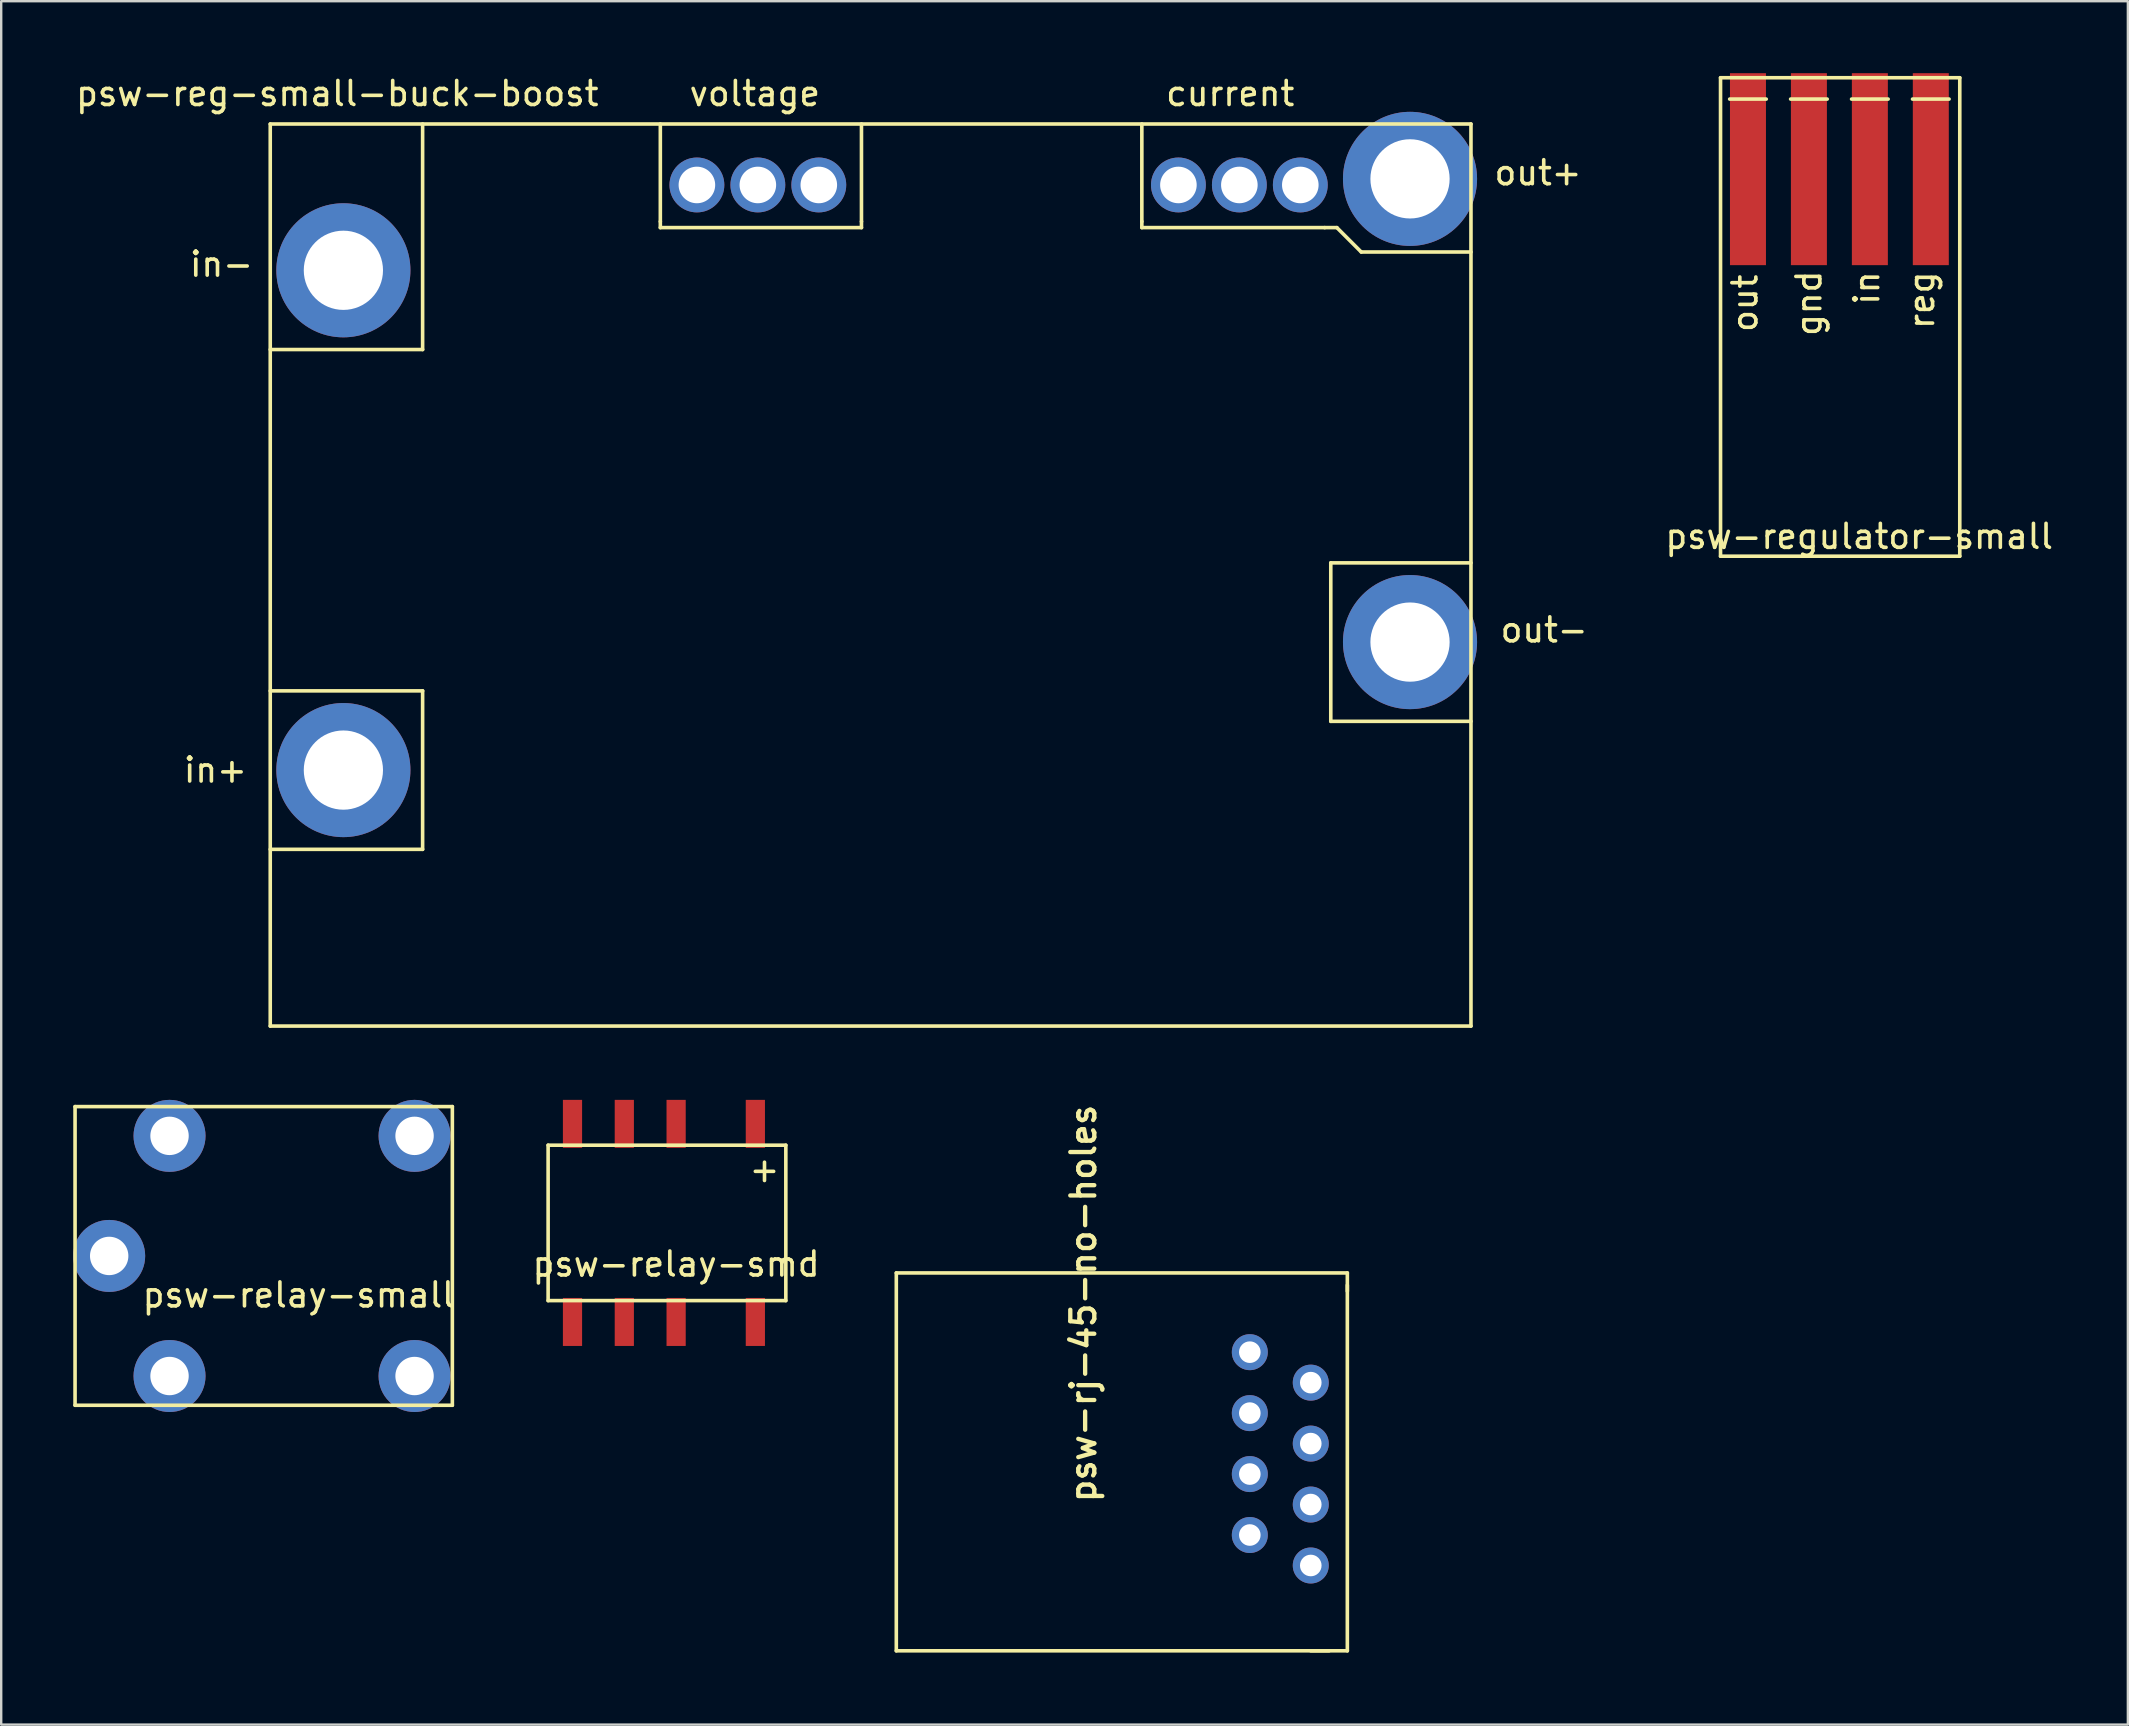
<source format=kicad_pcb>
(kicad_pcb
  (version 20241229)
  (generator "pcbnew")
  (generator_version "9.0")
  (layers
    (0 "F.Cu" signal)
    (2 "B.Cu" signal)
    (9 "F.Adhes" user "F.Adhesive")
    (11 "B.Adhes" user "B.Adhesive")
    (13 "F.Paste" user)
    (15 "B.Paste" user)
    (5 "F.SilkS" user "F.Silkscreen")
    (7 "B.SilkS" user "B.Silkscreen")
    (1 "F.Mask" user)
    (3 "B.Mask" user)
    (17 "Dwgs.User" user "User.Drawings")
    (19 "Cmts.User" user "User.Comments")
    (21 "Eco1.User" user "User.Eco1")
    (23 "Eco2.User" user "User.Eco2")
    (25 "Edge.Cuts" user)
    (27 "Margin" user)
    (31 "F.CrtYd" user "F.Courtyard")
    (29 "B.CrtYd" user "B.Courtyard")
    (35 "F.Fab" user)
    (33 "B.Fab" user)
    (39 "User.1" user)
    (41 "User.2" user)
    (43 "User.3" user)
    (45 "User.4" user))
  (footprint "psw-relay-small"
    (layer "F.Cu")
    (at 4.015 49.289)
    (property "Reference" "psw-relay-small" (at 5.385 1.626 0) (layer "F.SilkS") (effects (font (size 1 1) (thickness 0.15))))
    (attr through_hole)
    (fp_line (start -3.937 -6.223) (end -3.937 6.223) (stroke (width 0.15) (type solid)) (layer "F.SilkS"))
    (fp_line (start -3.937 -6.223) (end 11.786 -6.223) (stroke (width 0.15) (type solid)) (layer "F.SilkS"))
    (fp_line (start 11.786 -6.223) (end 11.786 6.223) (stroke (width 0.15) (type solid)) (layer "F.SilkS"))
    (fp_line (start 11.786 6.223) (end -3.937 6.223) (stroke (width 0.15) (type solid)) (layer "F.SilkS"))
    (pad "1" thru_hole circle (at 0 -5.004) (size 3 3) (drill 1.6) (layers "*.Cu" "*.Mask"))
    (pad "2" thru_hole circle (at 0 5.004) (size 3 3) (drill 1.6) (layers "*.Cu" "*.Mask"))
    (pad "3" thru_hole circle (at -2.515 0) (size 3 3) (drill 1.6) (layers "*.Cu" "*.Mask"))
    (pad "4" thru_hole circle (at 10.211 -5.004) (size 3 3) (drill 1.6) (layers "*.Cu" "*.Mask"))
    (pad "5" thru_hole circle (at 10.211 5.004) (size 3 3) (drill 1.6) (layers "*.Cu" "*.Mask")))
  (footprint "psw-reg-small-buck-boost"
    (layer "F.Cu")
    (at 33.231 20.914)
    (property "Reference" "psw-reg-small-buck-boost" (at -22.225 -20.066 0) (layer "F.SilkS") (effects (font (size 1 1) (thickness 0.15))))
    (attr through_hole)
    (fp_line (start -25.019 -18.796) (end 25.019 -18.796) (stroke (width 0.15) (type solid)) (layer "F.SilkS"))
    (fp_line (start -25.019 -9.398) (end -18.669 -9.398) (stroke (width 0.15) (type solid)) (layer "F.SilkS"))
    (fp_line (start -25.019 11.43) (end -18.669 11.43) (stroke (width 0.15) (type solid)) (layer "F.SilkS"))
    (fp_line (start -25.019 18.796) (end -25.019 -18.796) (stroke (width 0.15) (type solid)) (layer "F.SilkS"))
    (fp_line (start -18.669 -9.398) (end -18.669 -18.796) (stroke (width 0.15) (type solid)) (layer "F.SilkS"))
    (fp_line (start -18.669 4.826) (end -25.019 4.826) (stroke (width 0.15) (type solid)) (layer "F.SilkS"))
    (fp_line (start -18.669 11.43) (end -18.669 4.826) (stroke (width 0.15) (type solid)) (layer "F.SilkS"))
    (fp_line (start -8.763 -14.732) (end -8.763 -18.796) (stroke (width 0.15) (type solid)) (layer "F.SilkS"))
    (fp_line (start -8.763 -14.732) (end -8.763 -14.478) (stroke (width 0.15) (type solid)) (layer "F.SilkS"))
    (fp_line (start -8.763 -14.478) (end -0.381 -14.478) (stroke (width 0.15) (type solid)) (layer "F.SilkS"))
    (fp_line (start -0.381 -14.732) (end -0.381 -18.796) (stroke (width 0.15) (type solid)) (layer "F.SilkS"))
    (fp_line (start -0.381 -14.732) (end -0.381 -14.478) (stroke (width 0.15) (type solid)) (layer "F.SilkS"))
    (fp_line (start 11.303 -14.732) (end 11.303 -18.796) (stroke (width 0.15) (type solid)) (layer "F.SilkS"))
    (fp_line (start 11.303 -14.732) (end 11.303 -14.478) (stroke (width 0.15) (type solid)) (layer "F.SilkS"))
    (fp_line (start 11.303 -14.478) (end 18.923 -14.478) (stroke (width 0.15) (type solid)) (layer "F.SilkS"))
    (fp_line (start 18.923 -14.478) (end 19.431 -14.478) (stroke (width 0.15) (type solid)) (layer "F.SilkS"))
    (fp_line (start 19.177 -0.508) (end 19.177 6.096) (stroke (width 0.15) (type solid)) (layer "F.SilkS"))
    (fp_line (start 19.177 6.096) (end 25.019 6.096) (stroke (width 0.15) (type solid)) (layer "F.SilkS"))
    (fp_line (start 19.431 -14.478) (end 20.447 -13.462) (stroke (width 0.15) (type solid)) (layer "F.SilkS"))
    (fp_line (start 20.447 -13.462) (end 25.019 -13.462) (stroke (width 0.15) (type solid)) (layer "F.SilkS"))
    (fp_line (start 25.019 -18.796) (end 25.019 18.796) (stroke (width 0.15) (type solid)) (layer "F.SilkS"))
    (fp_line (start 25.019 -0.508) (end 19.177 -0.508) (stroke (width 0.15) (type solid)) (layer "F.SilkS"))
    (fp_line (start 25.019 18.796) (end -25.019 18.796) (stroke (width 0.15) (type solid)) (layer "F.SilkS"))
    (fp_text user "current" (at 14.986 -20.066 0) (layer "F.SilkS") (effects (font (size 1 1) (thickness 0.15))))
    (fp_text user "voltage" (at -4.826 -20.066 0) (layer "F.SilkS") (effects (font (size 1 1) (thickness 0.15))))
    (fp_text user "out+" (at 27.813 -16.764 0) (layer "F.SilkS") (effects (font (size 1 1) (thickness 0.15))))
    (fp_text user "in-" (at -27.051 -12.954 0) (layer "F.SilkS") (effects (font (size 1 1) (thickness 0.15))))
    (fp_text user "out-" (at 28.067 2.286 0) (layer "F.SilkS") (effects (font (size 1 1) (thickness 0.15))))
    (fp_text user "in+" (at -27.305 8.128 0) (layer "F.SilkS") (effects (font (size 1 1) (thickness 0.15))))
    (pad "1" thru_hole circle (at 22.479 -16.51) (size 5.588 5.588) (drill 3.302) (layers "*.Cu" "*.Mask"))
    (pad "2" thru_hole circle (at 22.479 2.794) (size 5.588 5.588) (drill 3.302) (layers "*.Cu" "*.Mask"))
    (pad "3" thru_hole circle (at -21.971 -12.7) (size 5.588 5.588) (drill 3.302) (layers "*.Cu" "*.Mask"))
    (pad "4" thru_hole circle (at -21.971 8.128) (size 5.588 5.588) (drill 3.302) (layers "*.Cu" "*.Mask"))
    (pad "5" thru_hole circle (at -7.239 -16.256) (size 2.286 2.286) (drill 1.524) (layers "*.Cu" "*.Mask"))
    (pad "6" thru_hole circle (at -4.699 -16.256) (size 2.286 2.286) (drill 1.524) (layers "*.Cu" "*.Mask"))
    (pad "7" thru_hole circle (at -2.159 -16.256) (size 2.286 2.286) (drill 1.524) (layers "*.Cu" "*.Mask"))
    (pad "8" thru_hole circle (at 12.827 -16.256) (size 2.286 2.286) (drill 1.524) (layers "*.Cu" "*.Mask"))
    (pad "9" thru_hole circle (at 15.367 -16.256) (size 2.286 2.286) (drill 1.524) (layers "*.Cu" "*.Mask"))
    (pad "10" thru_hole circle (at 17.907 -16.256) (size 2.286 2.286) (drill 1.524) (layers "*.Cu" "*.Mask")))
  (footprint "psw-regulator-small"
    (layer "F.Cu")
    (at 73.857 10.223)
    (property "Reference" "psw-regulator-small" (at 0.572 9.081 0) (layer "F.SilkS") (effects (font (size 1 1) (thickness 0.15))))
    (attr through_hole)
    (fp_line (start -5.207 -10.033) (end 4.763 -10.033) (stroke (width 0.15) (type solid)) (layer "F.SilkS"))
    (fp_line (start -5.207 9.906) (end -5.207 -10.033) (stroke (width 0.15) (type solid)) (layer "F.SilkS"))
    (fp_line (start -4.826 -9.144) (end -3.302 -9.144) (stroke (width 0.15) (type solid)) (layer "F.SilkS"))
    (fp_line (start -2.286 -9.144) (end -0.762 -9.144) (stroke (width 0.15) (type solid)) (layer "F.SilkS"))
    (fp_line (start 0.254 -9.144) (end 1.778 -9.144) (stroke (width 0.15) (type solid)) (layer "F.SilkS"))
    (fp_line (start 2.794 -9.144) (end 4.318 -9.144) (stroke (width 0.15) (type solid)) (layer "F.SilkS"))
    (fp_line (start 4.763 -10.033) (end 4.763 9.906) (stroke (width 0.15) (type solid)) (layer "F.SilkS"))
    (fp_line (start 4.763 9.906) (end -5.207 9.906) (stroke (width 0.15) (type solid)) (layer "F.SilkS"))
    (fp_text user "in" (at 0.889 -1.27 90) (layer "F.SilkS") (effects (font (size 1 1) (thickness 0.15))))
    (fp_text user "gnd" (at -1.524 -0.635 90) (layer "F.SilkS") (effects (font (size 1 1) (thickness 0.15))))
    (fp_text user "reg" (at 3.175 -0.762 90) (layer "F.SilkS") (effects (font (size 1 1) (thickness 0.15))))
    (fp_text user "out" (at -4.191 -0.635 90) (layer "F.SilkS") (effects (font (size 1 1) (thickness 0.15))))
    (pad "1" smd rect (at -4.064 -6.223) (size 1.5 8) (layers "F.Cu" "F.Mask" "F.Paste"))
    (pad "2" smd rect (at -1.524 -6.223) (size 1.5 8) (layers "F.Cu" "F.Mask" "F.Paste"))
    (pad "3" smd rect (at 1.016 -6.223) (size 1.5 8) (layers "F.Cu" "F.Mask" "F.Paste"))
    (pad "4" smd rect (at 3.556 -6.223) (size 1.5 8) (layers "F.Cu" "F.Mask" "F.Paste")))
  (footprint "psw-relay-smd"
    (layer "F.Cu")
    (at 24.618 47.976)
    (property "Reference" "psw-relay-smd" (at 0.508 1.651 0) (layer "F.SilkS") (effects (font (size 1 1) (thickness 0.15))))
    (attr through_hole)
    (fp_line (start -4.826 -3.302) (end 5.08 -3.302) (stroke (width 0.15) (type solid)) (layer "F.SilkS"))
    (fp_line (start -4.826 3.175) (end -4.826 -3.302) (stroke (width 0.15) (type solid)) (layer "F.SilkS"))
    (fp_line (start 5.08 -3.302) (end 5.08 3.175) (stroke (width 0.15) (type solid)) (layer "F.SilkS"))
    (fp_line (start 5.08 3.175) (end -4.826 3.175) (stroke (width 0.15) (type solid)) (layer "F.SilkS"))
    (fp_text user "+" (at 4.191 -2.286 0) (layer "F.SilkS") (effects (font (size 1 1) (thickness 0.15))))
    (pad "1" smd rect (at 3.81 -4.191) (size 0.8 2) (layers "F.Cu" "F.Mask" "F.Paste"))
    (pad "2" smd rect (at 3.81 4.064) (size 0.8 2) (layers "F.Cu" "F.Mask" "F.Paste"))
    (pad "3" smd rect (at -1.651 -4.191) (size 0.8 2) (layers "F.Cu" "F.Mask" "F.Paste"))
    (pad "4" smd rect (at 0.508 -4.191) (size 0.8 2) (layers "F.Cu" "F.Mask" "F.Paste"))
    (pad "5" smd rect (at -3.81 -4.191) (size 0.8 2) (layers "F.Cu" "F.Mask" "F.Paste"))
    (pad "6" smd rect (at 0.508 4.064) (size 0.8 2) (layers "F.Cu" "F.Mask" "F.Paste"))
    (pad "7" smd rect (at -1.651 4.064) (size 0.8 2) (layers "F.Cu" "F.Mask" "F.Paste"))
    (pad "8" smd rect (at -3.81 4.064) (size 0.8 2) (layers "F.Cu" "F.Mask" "F.Paste")))
  (footprint "psw-rj-45-no-holes"
    (layer "F.Cu")
    (at 47.256 58.379)
    (property "Reference" "psw-rj-45-no-holes" (at -4.572 1.27 90) (layer "F.SilkS") (effects (font (size 1 1) (thickness 0.18)) (justify left bottom)))
    (attr through_hole)
    (fp_line (start -12.954 -8.382) (end -12.954 7.366) (stroke (width 0.15) (type solid)) (layer "F.SilkS"))
    (fp_line (start -12.954 -8.382) (end 5.842 -8.382) (stroke (width 0.15) (type solid)) (layer "F.SilkS"))
    (fp_line (start -12.954 7.366) (end 5.08 7.366) (stroke (width 0.15) (type solid)) (layer "F.SilkS"))
    (fp_line (start 4.318 7.366) (end 5.842 7.366) (stroke (width 0.15) (type solid)) (layer "F.SilkS"))
    (fp_line (start 5.842 -8.382) (end 5.842 -7.62) (stroke (width 0.15) (type solid)) (layer "F.SilkS"))
    (fp_line (start 5.842 7.366) (end 5.842 -7.874) (stroke (width 0.15) (type solid)) (layer "F.SilkS"))
    (pad "1" thru_hole circle (at 1.778 -5.08) (size 1.5 1.5) (drill 0.9) (layers "*.Cu" "*.Mask"))
    (pad "2" thru_hole circle (at 4.318 -3.81) (size 1.5 1.5) (drill 0.9) (layers "*.Cu" "*.Mask"))
    (pad "3" thru_hole circle (at 1.778 -2.54) (size 1.5 1.5) (drill 0.9) (layers "*.Cu" "*.Mask"))
    (pad "4" thru_hole circle (at 4.318 -1.27) (size 1.5 1.5) (drill 0.9) (layers "*.Cu" "*.Mask"))
    (pad "5" thru_hole circle (at 1.778 0) (size 1.5 1.5) (drill 0.9) (layers "*.Cu" "*.Mask"))
    (pad "6" thru_hole circle (at 4.318 1.27) (size 1.5 1.5) (drill 0.9) (layers "*.Cu" "*.Mask"))
    (pad "7" thru_hole circle (at 1.778 2.54) (size 1.5 1.5) (drill 0.9) (layers "*.Cu" "*.Mask"))
    (pad "8" thru_hole circle (at 4.318 3.81) (size 1.5 1.5) (drill 0.9) (layers "*.Cu" "*.Mask")))
  (gr_rect
    (start -3 -3)
    (end 85.625 68.82)
    (stroke (width 0.1) (type default))
    (fill no)
    (layer "Edge.Cuts")))
</source>
